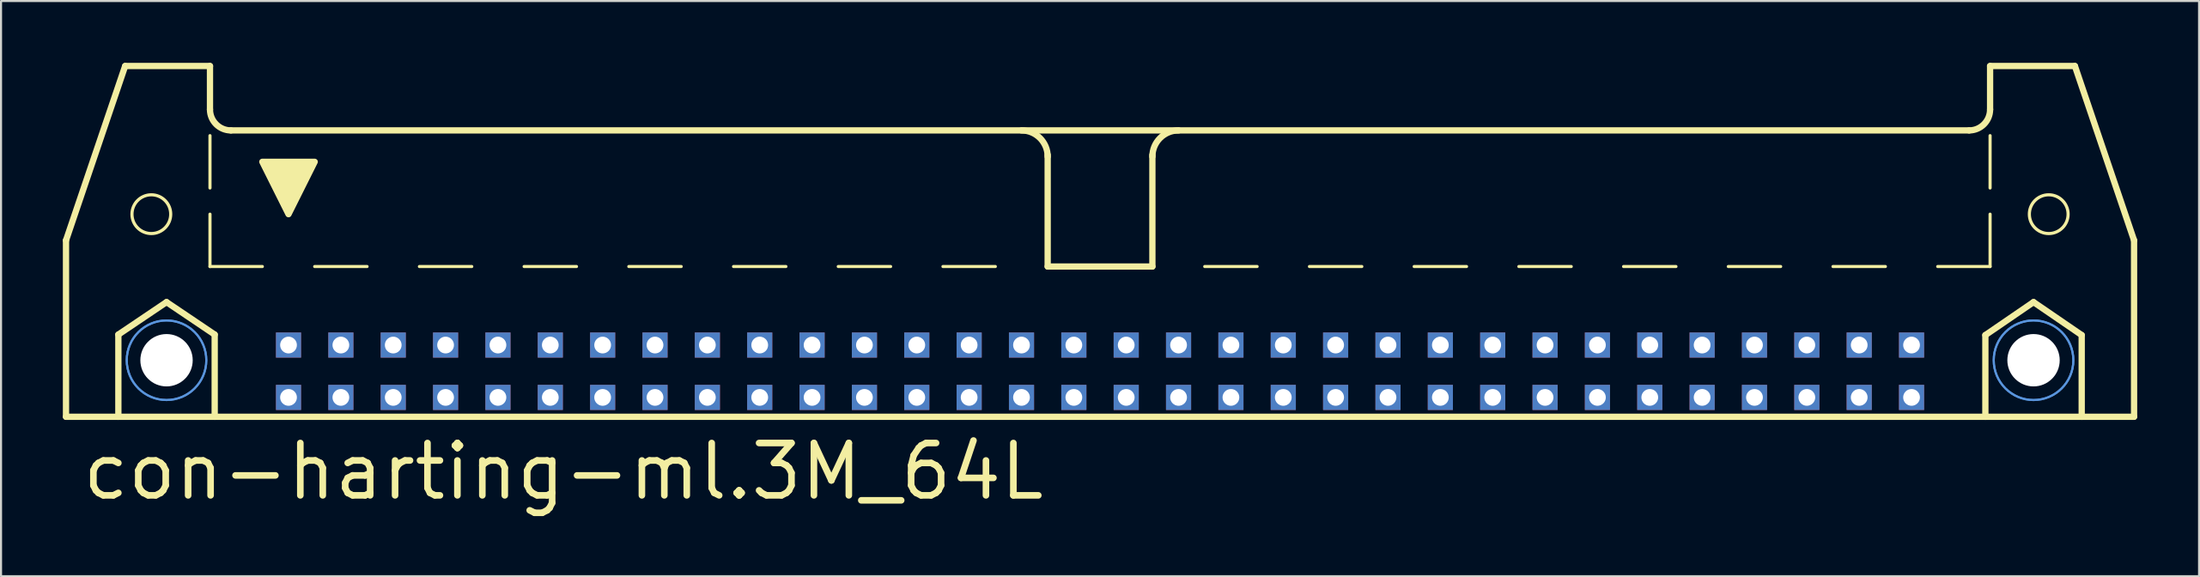
<source format=kicad_pcb>
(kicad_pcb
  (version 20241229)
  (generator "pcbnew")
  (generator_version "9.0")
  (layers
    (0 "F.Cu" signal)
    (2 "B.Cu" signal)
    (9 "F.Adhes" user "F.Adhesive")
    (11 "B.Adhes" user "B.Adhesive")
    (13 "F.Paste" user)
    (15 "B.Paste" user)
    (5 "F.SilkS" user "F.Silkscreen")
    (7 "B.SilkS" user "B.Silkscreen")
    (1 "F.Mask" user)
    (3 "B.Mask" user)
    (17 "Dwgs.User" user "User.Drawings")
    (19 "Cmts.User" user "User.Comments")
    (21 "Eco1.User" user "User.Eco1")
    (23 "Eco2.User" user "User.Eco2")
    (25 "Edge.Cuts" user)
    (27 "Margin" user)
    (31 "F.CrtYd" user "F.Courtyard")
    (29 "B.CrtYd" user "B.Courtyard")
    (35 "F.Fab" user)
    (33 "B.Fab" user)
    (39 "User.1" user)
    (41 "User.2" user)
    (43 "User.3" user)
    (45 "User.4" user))
  (footprint "con-harting-ml.3M_64L"
    (layer "F.Cu")
    (at 50.317 11.151)
    (property "Reference" "con-harting-ml.3M_64L" (at -49.53 10.16 0) (layer "F.SilkS") (effects (font (size 2.54 2.54) (thickness 0.32)) (justify left bottom)))
    (attr through_hole)
    (fp_line (start -50.165 -2.54) (end -50.165 6.02) (stroke (width 0.305) (type default)) (layer "F.SilkS"))
    (fp_line (start -50.165 -2.54) (end -47.295 -10.998) (stroke (width 0.305) (type default)) (layer "F.SilkS"))
    (fp_line (start -50.165 6.02) (end -47.625 6.02) (stroke (width 0.305) (type default)) (layer "F.SilkS"))
    (fp_line (start -47.625 2.032) (end -45.288 0.457) (stroke (width 0.305) (type default)) (layer "F.SilkS"))
    (fp_line (start -47.625 6.02) (end -47.625 2.032) (stroke (width 0.305) (type default)) (layer "F.SilkS"))
    (fp_line (start -47.625 6.02) (end -42.951 6.02) (stroke (width 0.305) (type default)) (layer "F.SilkS"))
    (fp_line (start -45.288 0.457) (end -42.951 2.032) (stroke (width 0.305) (type default)) (layer "F.SilkS"))
    (fp_line (start -43.18 -10.998) (end -47.295 -10.998) (stroke (width 0.305) (type default)) (layer "F.SilkS"))
    (fp_line (start -43.18 -8.89) (end -43.18 -10.998) (stroke (width 0.305) (type default)) (layer "F.SilkS"))
    (fp_line (start -43.18 -5.08) (end -43.18 -7.62) (stroke (width 0.152) (type default)) (layer "F.SilkS"))
    (fp_line (start -43.18 -1.27) (end -43.18 -3.81) (stroke (width 0.152) (type default)) (layer "F.SilkS"))
    (fp_line (start -43.18 -1.27) (end -40.64 -1.27) (stroke (width 0.152) (type default)) (layer "F.SilkS"))
    (fp_line (start -42.951 2.032) (end -42.951 6.02) (stroke (width 0.305) (type default)) (layer "F.SilkS"))
    (fp_line (start -42.951 6.02) (end 42.951 6.02) (stroke (width 0.305) (type default)) (layer "F.SilkS"))
    (fp_line (start -42.164 -7.874) (end 42.164 -7.874) (stroke (width 0.305) (type default)) (layer "F.SilkS"))
    (fp_line (start -38.1 -1.27) (end -35.56 -1.27) (stroke (width 0.152) (type default)) (layer "F.SilkS"))
    (fp_line (start -33.02 -1.27) (end -30.48 -1.27) (stroke (width 0.152) (type default)) (layer "F.SilkS"))
    (fp_line (start -27.94 -1.27) (end -25.4 -1.27) (stroke (width 0.152) (type default)) (layer "F.SilkS"))
    (fp_line (start -22.86 -1.27) (end -20.32 -1.27) (stroke (width 0.152) (type default)) (layer "F.SilkS"))
    (fp_line (start -15.24 -1.27) (end -17.78 -1.27) (stroke (width 0.152) (type default)) (layer "F.SilkS"))
    (fp_line (start -10.16 -1.27) (end -12.7 -1.27) (stroke (width 0.152) (type default)) (layer "F.SilkS"))
    (fp_line (start -5.08 -1.27) (end -7.62 -1.27) (stroke (width 0.152) (type default)) (layer "F.SilkS"))
    (fp_line (start -2.54 -1.27) (end -2.54 -6.68) (stroke (width 0.305) (type default)) (layer "F.SilkS"))
    (fp_line (start 2.54 -1.27) (end -2.54 -1.27) (stroke (width 0.305) (type default)) (layer "F.SilkS"))
    (fp_line (start 2.54 -1.27) (end 2.54 -6.68) (stroke (width 0.305) (type default)) (layer "F.SilkS"))
    (fp_line (start 5.08 -1.27) (end 7.62 -1.27) (stroke (width 0.152) (type default)) (layer "F.SilkS"))
    (fp_line (start 10.16 -1.27) (end 12.7 -1.27) (stroke (width 0.152) (type default)) (layer "F.SilkS"))
    (fp_line (start 15.24 -1.27) (end 17.78 -1.27) (stroke (width 0.152) (type default)) (layer "F.SilkS"))
    (fp_line (start 22.86 -1.27) (end 20.32 -1.27) (stroke (width 0.152) (type default)) (layer "F.SilkS"))
    (fp_line (start 27.94 -1.27) (end 25.4 -1.27) (stroke (width 0.152) (type default)) (layer "F.SilkS"))
    (fp_line (start 33.02 -1.27) (end 30.48 -1.27) (stroke (width 0.152) (type default)) (layer "F.SilkS"))
    (fp_line (start 38.1 -1.27) (end 35.56 -1.27) (stroke (width 0.152) (type default)) (layer "F.SilkS"))
    (fp_line (start 42.951 2.057) (end 45.288 0.457) (stroke (width 0.305) (type default)) (layer "F.SilkS"))
    (fp_line (start 42.951 6.02) (end 42.951 2.057) (stroke (width 0.305) (type default)) (layer "F.SilkS"))
    (fp_line (start 42.951 6.02) (end 47.625 6.02) (stroke (width 0.305) (type default)) (layer "F.SilkS"))
    (fp_line (start 43.18 -10.998) (end 47.295 -10.998) (stroke (width 0.305) (type default)) (layer "F.SilkS"))
    (fp_line (start 43.18 -8.89) (end 43.18 -10.998) (stroke (width 0.305) (type default)) (layer "F.SilkS"))
    (fp_line (start 43.18 -5.08) (end 43.18 -7.62) (stroke (width 0.152) (type default)) (layer "F.SilkS"))
    (fp_line (start 43.18 -1.27) (end 40.64 -1.27) (stroke (width 0.152) (type default)) (layer "F.SilkS"))
    (fp_line (start 43.18 -1.27) (end 43.18 -3.81) (stroke (width 0.152) (type default)) (layer "F.SilkS"))
    (fp_line (start 45.288 0.457) (end 47.625 2.057) (stroke (width 0.305) (type default)) (layer "F.SilkS"))
    (fp_line (start 47.625 2.057) (end 47.625 6.02) (stroke (width 0.305) (type default)) (layer "F.SilkS"))
    (fp_line (start 47.625 6.02) (end 50.165 6.02) (stroke (width 0.305) (type default)) (layer "F.SilkS"))
    (fp_line (start 50.165 -2.54) (end 47.295 -10.998) (stroke (width 0.305) (type default)) (layer "F.SilkS"))
    (fp_line (start 50.165 6.02) (end 50.165 -2.54) (stroke (width 0.305) (type default)) (layer "F.SilkS"))
    (fp_arc (start -42.164 -7.874) (mid -42.88242 -8.17158) (end -43.18 -8.89) (stroke (width 0.3048) (type default)) (layer "F.SilkS"))
    (fp_arc (start -3.81 -7.874) (mid -2.911974 -7.502026) (end -2.54 -6.604) (stroke (width 0.3048) (type default)) (layer "F.SilkS"))
    (fp_arc (start 2.54 -6.604) (mid 2.911974 -7.502026) (end 3.81 -7.874) (stroke (width 0.3048) (type default)) (layer "F.SilkS"))
    (fp_arc (start 43.18 -8.89) (mid 42.88242 -8.17158) (end 42.164 -7.874) (stroke (width 0.3048) (type default)) (layer "F.SilkS"))
    (fp_circle (center -46.025 -3.81) (end -45.085 -3.81) (stroke (width 0.152) (type default)) (fill no) (layer "F.SilkS"))
    (fp_circle (center 46.025 -3.81) (end 46.965 -3.81) (stroke (width 0.152) (type default)) (fill no) (layer "F.SilkS"))
    (fp_poly (pts (xy -40.64 -6.35) (xy -38.1 -6.35) (xy -39.37 -3.81)) (stroke (width 0.305) (type default)) (fill yes) (layer "F.SilkS"))
    (fp_circle (center -45.288 3.277) (end -43.358 3.277) (stroke (width 0.1) (type default)) (fill no) (layer "Cmts.User"))
    (fp_circle (center -45.288 3.277) (end -43.358 3.277) (stroke (width 0.1) (type default)) (fill no) (layer "Cmts.User"))
    (fp_circle (center 45.288 3.277) (end 47.219 3.277) (stroke (width 0.1) (type default)) (fill no) (layer "Cmts.User"))
    (fp_circle (center 45.288 3.277) (end 47.219 3.277) (stroke (width 0.1) (type default)) (fill no) (layer "Cmts.User"))
    (pad "" np_thru_hole circle (at -45.288 3.277) (size 2.54 2.54) (drill 2.54) (layers "*.Cu" "*.Mask"))
    (pad "" np_thru_hole circle (at 45.288 3.277) (size 2.54 2.54) (drill 2.54) (layers "*.Cu" "*.Mask"))
    (pad "1" thru_hole rect (at -39.37 5.08) (size 1.219 1.219) (drill 0.813) (layers "*.Cu" "*.Mask"))
    (pad "2" thru_hole rect (at -39.37 2.54) (size 1.219 1.219) (drill 0.813) (layers "*.Cu" "*.Mask"))
    (pad "3" thru_hole rect (at -36.83 5.08) (size 1.219 1.219) (drill 0.813) (layers "*.Cu" "*.Mask"))
    (pad "4" thru_hole rect (at -36.83 2.54) (size 1.219 1.219) (drill 0.813) (layers "*.Cu" "*.Mask"))
    (pad "5" thru_hole rect (at -34.29 5.08) (size 1.219 1.219) (drill 0.813) (layers "*.Cu" "*.Mask"))
    (pad "6" thru_hole rect (at -34.29 2.54) (size 1.219 1.219) (drill 0.813) (layers "*.Cu" "*.Mask"))
    (pad "7" thru_hole rect (at -31.75 5.08) (size 1.219 1.219) (drill 0.813) (layers "*.Cu" "*.Mask"))
    (pad "8" thru_hole rect (at -31.75 2.54) (size 1.219 1.219) (drill 0.813) (layers "*.Cu" "*.Mask"))
    (pad "9" thru_hole rect (at -29.21 5.08) (size 1.219 1.219) (drill 0.813) (layers "*.Cu" "*.Mask"))
    (pad "10" thru_hole rect (at -29.21 2.54) (size 1.219 1.219) (drill 0.813) (layers "*.Cu" "*.Mask"))
    (pad "11" thru_hole rect (at -26.67 5.08) (size 1.219 1.219) (drill 0.813) (layers "*.Cu" "*.Mask"))
    (pad "12" thru_hole rect (at -26.67 2.54) (size 1.219 1.219) (drill 0.813) (layers "*.Cu" "*.Mask"))
    (pad "13" thru_hole rect (at -24.13 5.08) (size 1.219 1.219) (drill 0.813) (layers "*.Cu" "*.Mask"))
    (pad "14" thru_hole rect (at -24.13 2.54) (size 1.219 1.219) (drill 0.813) (layers "*.Cu" "*.Mask"))
    (pad "15" thru_hole rect (at -21.59 5.08) (size 1.219 1.219) (drill 0.813) (layers "*.Cu" "*.Mask"))
    (pad "16" thru_hole rect (at -21.59 2.54) (size 1.219 1.219) (drill 0.813) (layers "*.Cu" "*.Mask"))
    (pad "17" thru_hole rect (at -19.05 5.08) (size 1.219 1.219) (drill 0.813) (layers "*.Cu" "*.Mask"))
    (pad "18" thru_hole rect (at -19.05 2.54) (size 1.219 1.219) (drill 0.813) (layers "*.Cu" "*.Mask"))
    (pad "19" thru_hole rect (at -16.51 5.08) (size 1.219 1.219) (drill 0.813) (layers "*.Cu" "*.Mask"))
    (pad "20" thru_hole rect (at -16.51 2.54) (size 1.219 1.219) (drill 0.813) (layers "*.Cu" "*.Mask"))
    (pad "21" thru_hole rect (at -13.97 5.08) (size 1.219 1.219) (drill 0.813) (layers "*.Cu" "*.Mask"))
    (pad "22" thru_hole rect (at -13.97 2.54) (size 1.219 1.219) (drill 0.813) (layers "*.Cu" "*.Mask"))
    (pad "23" thru_hole rect (at -11.43 5.08) (size 1.219 1.219) (drill 0.813) (layers "*.Cu" "*.Mask"))
    (pad "24" thru_hole rect (at -11.43 2.54) (size 1.219 1.219) (drill 0.813) (layers "*.Cu" "*.Mask"))
    (pad "25" thru_hole rect (at -8.89 5.08) (size 1.219 1.219) (drill 0.813) (layers "*.Cu" "*.Mask"))
    (pad "26" thru_hole rect (at -8.89 2.54) (size 1.219 1.219) (drill 0.813) (layers "*.Cu" "*.Mask"))
    (pad "27" thru_hole rect (at -6.35 5.08) (size 1.219 1.219) (drill 0.813) (layers "*.Cu" "*.Mask"))
    (pad "28" thru_hole rect (at -6.35 2.54) (size 1.219 1.219) (drill 0.813) (layers "*.Cu" "*.Mask"))
    (pad "29" thru_hole rect (at -3.81 5.08) (size 1.219 1.219) (drill 0.813) (layers "*.Cu" "*.Mask"))
    (pad "30" thru_hole rect (at -3.81 2.54) (size 1.219 1.219) (drill 0.813) (layers "*.Cu" "*.Mask"))
    (pad "31" thru_hole rect (at -1.27 5.08) (size 1.219 1.219) (drill 0.813) (layers "*.Cu" "*.Mask"))
    (pad "32" thru_hole rect (at -1.27 2.54) (size 1.219 1.219) (drill 0.813) (layers "*.Cu" "*.Mask"))
    (pad "33" thru_hole rect (at 1.27 5.08) (size 1.219 1.219) (drill 0.813) (layers "*.Cu" "*.Mask"))
    (pad "34" thru_hole rect (at 1.27 2.54) (size 1.219 1.219) (drill 0.813) (layers "*.Cu" "*.Mask"))
    (pad "35" thru_hole rect (at 3.81 5.08) (size 1.219 1.219) (drill 0.813) (layers "*.Cu" "*.Mask"))
    (pad "36" thru_hole rect (at 3.81 2.54) (size 1.219 1.219) (drill 0.813) (layers "*.Cu" "*.Mask"))
    (pad "37" thru_hole rect (at 6.35 5.08) (size 1.219 1.219) (drill 0.813) (layers "*.Cu" "*.Mask"))
    (pad "38" thru_hole rect (at 6.35 2.54) (size 1.219 1.219) (drill 0.813) (layers "*.Cu" "*.Mask"))
    (pad "39" thru_hole rect (at 8.89 5.08) (size 1.219 1.219) (drill 0.813) (layers "*.Cu" "*.Mask"))
    (pad "40" thru_hole rect (at 8.89 2.54) (size 1.219 1.219) (drill 0.813) (layers "*.Cu" "*.Mask"))
    (pad "41" thru_hole rect (at 11.43 5.08) (size 1.219 1.219) (drill 0.813) (layers "*.Cu" "*.Mask"))
    (pad "42" thru_hole rect (at 11.43 2.54) (size 1.219 1.219) (drill 0.813) (layers "*.Cu" "*.Mask"))
    (pad "43" thru_hole rect (at 13.97 5.08) (size 1.219 1.219) (drill 0.813) (layers "*.Cu" "*.Mask"))
    (pad "44" thru_hole rect (at 13.97 2.54) (size 1.219 1.219) (drill 0.813) (layers "*.Cu" "*.Mask"))
    (pad "45" thru_hole rect (at 16.51 5.08) (size 1.219 1.219) (drill 0.813) (layers "*.Cu" "*.Mask"))
    (pad "46" thru_hole rect (at 16.51 2.54) (size 1.219 1.219) (drill 0.813) (layers "*.Cu" "*.Mask"))
    (pad "47" thru_hole rect (at 19.05 5.08) (size 1.219 1.219) (drill 0.813) (layers "*.Cu" "*.Mask"))
    (pad "48" thru_hole rect (at 19.05 2.54) (size 1.219 1.219) (drill 0.813) (layers "*.Cu" "*.Mask"))
    (pad "49" thru_hole rect (at 21.59 5.08) (size 1.219 1.219) (drill 0.813) (layers "*.Cu" "*.Mask"))
    (pad "50" thru_hole rect (at 21.59 2.54) (size 1.219 1.219) (drill 0.813) (layers "*.Cu" "*.Mask"))
    (pad "51" thru_hole rect (at 24.13 5.08) (size 1.219 1.219) (drill 0.813) (layers "*.Cu" "*.Mask"))
    (pad "52" thru_hole rect (at 24.13 2.54) (size 1.219 1.219) (drill 0.813) (layers "*.Cu" "*.Mask"))
    (pad "53" thru_hole rect (at 26.67 5.08) (size 1.219 1.219) (drill 0.813) (layers "*.Cu" "*.Mask"))
    (pad "54" thru_hole rect (at 26.67 2.54) (size 1.219 1.219) (drill 0.813) (layers "*.Cu" "*.Mask"))
    (pad "55" thru_hole rect (at 29.21 5.08) (size 1.219 1.219) (drill 0.813) (layers "*.Cu" "*.Mask"))
    (pad "56" thru_hole rect (at 29.21 2.54) (size 1.219 1.219) (drill 0.813) (layers "*.Cu" "*.Mask"))
    (pad "57" thru_hole rect (at 31.75 5.08) (size 1.219 1.219) (drill 0.813) (layers "*.Cu" "*.Mask"))
    (pad "58" thru_hole rect (at 31.75 2.54) (size 1.219 1.219) (drill 0.813) (layers "*.Cu" "*.Mask"))
    (pad "59" thru_hole rect (at 34.29 5.08) (size 1.219 1.219) (drill 0.813) (layers "*.Cu" "*.Mask"))
    (pad "60" thru_hole rect (at 34.29 2.54) (size 1.219 1.219) (drill 0.813) (layers "*.Cu" "*.Mask"))
    (pad "61" thru_hole rect (at 36.83 5.08) (size 1.219 1.219) (drill 0.813) (layers "*.Cu" "*.Mask"))
    (pad "62" thru_hole rect (at 36.83 2.54) (size 1.219 1.219) (drill 0.813) (layers "*.Cu" "*.Mask"))
    (pad "63" thru_hole rect (at 39.37 5.08) (size 1.219 1.219) (drill 0.813) (layers "*.Cu" "*.Mask"))
    (pad "64" thru_hole rect (at 39.37 2.54) (size 1.219 1.219) (drill 0.813) (layers "*.Cu" "*.Mask")))
  (gr_rect
    (start -3 -3)
    (end 103.635 24.906)
    (stroke (width 0.1) (type default))
    (fill no)
    (layer "Edge.Cuts")))
</source>
